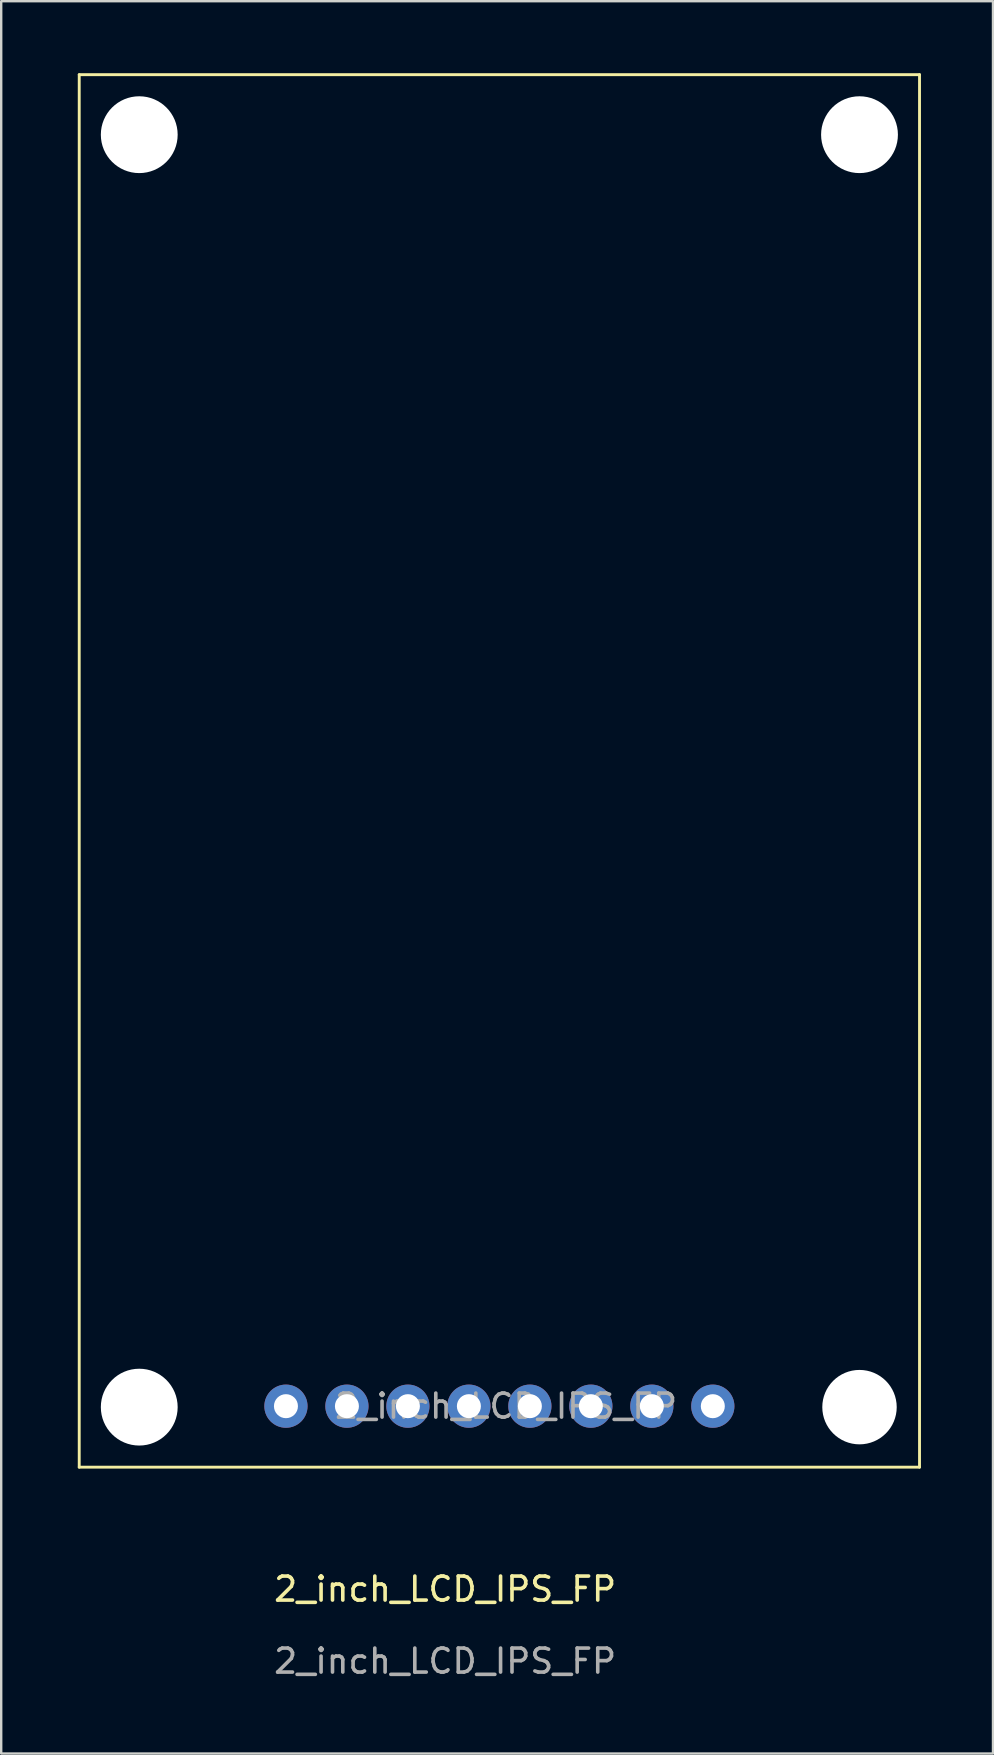
<source format=kicad_pcb>
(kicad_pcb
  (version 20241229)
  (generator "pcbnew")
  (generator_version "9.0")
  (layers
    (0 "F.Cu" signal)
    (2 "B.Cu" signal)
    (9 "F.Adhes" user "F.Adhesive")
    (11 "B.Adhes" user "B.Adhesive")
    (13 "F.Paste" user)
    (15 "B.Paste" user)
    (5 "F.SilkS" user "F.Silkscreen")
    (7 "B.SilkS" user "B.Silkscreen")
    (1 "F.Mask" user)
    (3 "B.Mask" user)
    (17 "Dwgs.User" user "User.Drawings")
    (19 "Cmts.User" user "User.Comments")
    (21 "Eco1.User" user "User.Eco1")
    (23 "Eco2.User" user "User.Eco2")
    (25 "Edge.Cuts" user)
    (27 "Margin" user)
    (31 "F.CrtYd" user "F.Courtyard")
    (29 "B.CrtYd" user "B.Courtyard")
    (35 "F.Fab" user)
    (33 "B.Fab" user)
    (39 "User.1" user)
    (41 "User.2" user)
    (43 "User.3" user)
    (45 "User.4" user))
  (footprint "2_inch_LCD_IPS_FP"
    (layer "F.Cu")
    (at 0.25 58.06)
    (property "Reference" "2_inch_LCD_IPS_FP" (at 15.24 5.08 0) (unlocked yes) (layer "F.SilkS") (effects (font (size 1 1) (thickness 0.15))))
    (attr smd)
    (fp_line (start 0 -58) (end 35 -58) (stroke (width 0.12) (type solid)) (layer "F.SilkS"))
    (fp_line (start 0 0) (end 0 -58) (stroke (width 0.12) (type solid)) (layer "F.SilkS"))
    (fp_line (start 0 0) (end 35 0) (stroke (width 0.12) (type solid)) (layer "F.SilkS"))
    (fp_line (start 35 0) (end 35 -58) (stroke (width 0.12) (type solid)) (layer "F.SilkS"))
    (fp_text user "${REFERENCE}" (at 15.24 8.08 0) (unlocked yes) (layer "F.Fab") (effects (font (size 1 1) (thickness 0.15))))
    (fp_text user "${REFERENCE}" (at 17.78 -2.54 180) (layer "F.Fab") (effects (font (size 1 1) (thickness 0.15))))
    (pad "" np_thru_hole circle (at 2.5 -55.5 180) (size 3.2 3.2) (drill 3.2) (layers "*.Cu" "*.Mask"))
    (pad "" np_thru_hole circle (at 2.5 -2.5 180) (size 3.2 3.2) (drill 3.2) (layers "*.Cu" "*.Mask"))
    (pad "" np_thru_hole circle (at 32.5 -55.5 180) (size 3.2 3.2) (drill 3.2) (layers "*.Cu" "*.Mask"))
    (pad "" np_thru_hole circle (at 32.5 -2.5 180) (size 3.1 3.1) (drill 3.2) (layers "*.Cu" "*.Mask"))
    (pad "1" thru_hole circle (at 26.39 -2.54 180) (size 1.8 1.8) (drill 1) (layers "*.Cu" "*.Mask"))
    (pad "2" thru_hole circle (at 23.85 -2.54 180) (size 1.8 1.8) (drill 1) (layers "*.Cu" "*.Mask"))
    (pad "3" thru_hole circle (at 21.31 -2.54 180) (size 1.8 1.8) (drill 1) (layers "*.Cu" "*.Mask"))
    (pad "4" thru_hole circle (at 18.77 -2.54 180) (size 1.8 1.8) (drill 1) (layers "*.Cu" "*.Mask"))
    (pad "5" thru_hole circle (at 16.23 -2.54 180) (size 1.8 1.8) (drill 1) (layers "*.Cu" "*.Mask"))
    (pad "6" thru_hole circle (at 13.69 -2.54 180) (size 1.8 1.8) (drill 1) (layers "*.Cu" "*.Mask"))
    (pad "7" thru_hole circle (at 11.15 -2.54 180) (size 1.8 1.8) (drill 1) (layers "*.Cu" "*.Mask"))
    (pad "8" thru_hole circle (at 8.61 -2.54 180) (size 1.8 1.8) (drill 1) (layers "*.Cu" "*.Mask")))
  (gr_rect
    (start -3 -3)
    (end 38.31 69.988)
    (stroke (width 0.1) (type default))
    (fill no)
    (layer "Edge.Cuts")))
</source>
